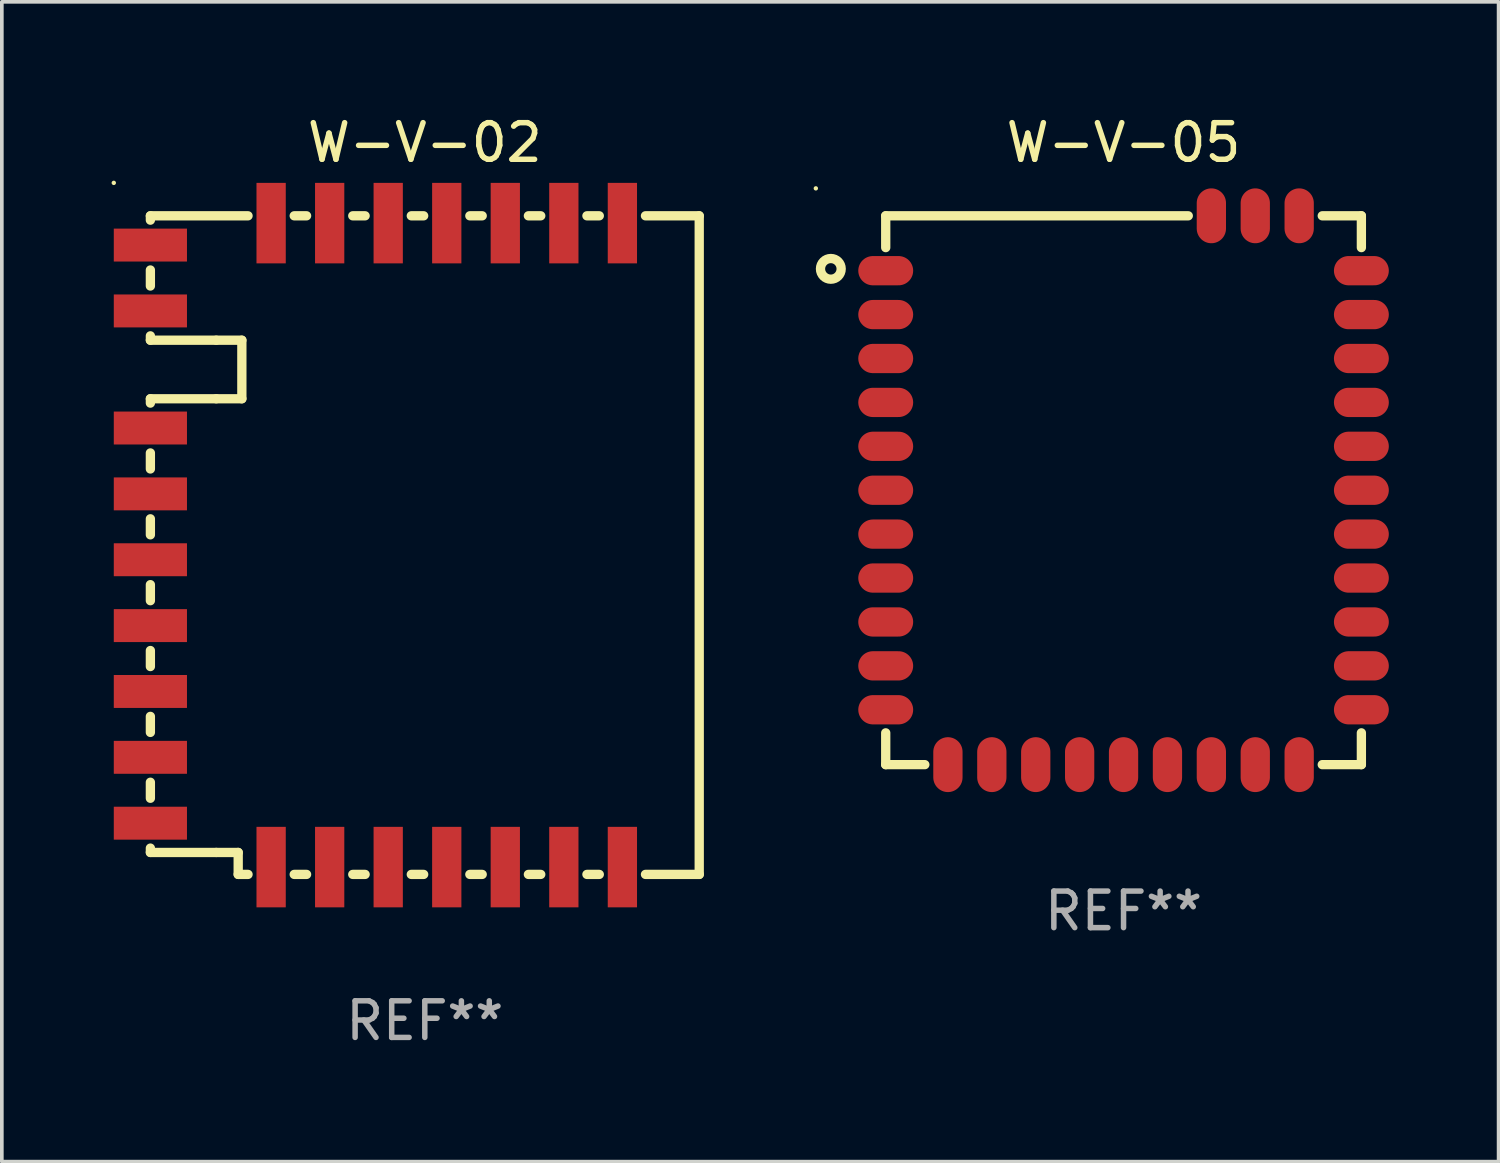
<source format=kicad_pcb>
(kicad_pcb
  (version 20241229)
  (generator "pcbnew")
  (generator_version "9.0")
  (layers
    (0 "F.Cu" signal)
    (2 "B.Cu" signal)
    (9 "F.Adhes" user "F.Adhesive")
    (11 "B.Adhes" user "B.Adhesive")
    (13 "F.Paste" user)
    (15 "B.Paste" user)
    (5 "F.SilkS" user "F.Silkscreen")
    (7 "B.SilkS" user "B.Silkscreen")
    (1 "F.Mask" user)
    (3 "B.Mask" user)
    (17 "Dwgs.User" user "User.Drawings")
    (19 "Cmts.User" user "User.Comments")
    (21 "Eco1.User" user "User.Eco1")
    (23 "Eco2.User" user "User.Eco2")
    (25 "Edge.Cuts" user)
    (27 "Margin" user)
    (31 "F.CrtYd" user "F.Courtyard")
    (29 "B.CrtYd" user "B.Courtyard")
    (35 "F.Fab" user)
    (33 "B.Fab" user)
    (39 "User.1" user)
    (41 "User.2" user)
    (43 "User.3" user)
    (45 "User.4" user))
  (footprint "W-V-05"
    (layer "F.Cu")
    (at 27.657 10.348)
    (property "Reference" "W-V-05" (at 0 -9.5 0) (layer "F.SilkS") (effects (font (size 1 1) (thickness 0.15))))
    (attr through_hole)
    (fp_line (start -6.5 -7.5) (end -6.5 -6.631) (stroke (width 0.254) (type solid)) (layer "F.SilkS"))
    (fp_line (start -6.5 -7.5) (end 1.769 -7.5) (stroke (width 0.254) (type solid)) (layer "F.SilkS"))
    (fp_line (start -6.5 6.631) (end -6.5 7.5) (stroke (width 0.254) (type solid)) (layer "F.SilkS"))
    (fp_line (start -6.5 7.5) (end -5.431 7.5) (stroke (width 0.254) (type solid)) (layer "F.SilkS"))
    (fp_line (start 5.431 -7.5) (end 6.5 -7.5) (stroke (width 0.254) (type solid)) (layer "F.SilkS"))
    (fp_line (start 5.431 7.5) (end 6.5 7.5) (stroke (width 0.254) (type solid)) (layer "F.SilkS"))
    (fp_line (start 6.5 -6.631) (end 6.5 -7.5) (stroke (width 0.254) (type solid)) (layer "F.SilkS"))
    (fp_line (start 6.5 7.5) (end 6.5 6.631) (stroke (width 0.254) (type solid)) (layer "F.SilkS"))
    (fp_circle (center -8.41 -8.25) (end -8.38 -8.25) (stroke (width 0.06) (type solid)) (fill no) (layer "F.SilkS"))
    (fp_circle (center -8 -6.05) (end -7.717 -6.05) (stroke (width 0.254) (type solid)) (fill no) (layer "F.SilkS"))
    (fp_text user "REF**" (at 0 11.5 0) (layer "F.Fab") (effects (font (size 1 1) (thickness 0.15))))
    (pad "1" smd oval (at -6.5 -6) (size 1.5 0.8) (layers "F.Cu" "F.Mask" "F.Paste"))
    (pad "2" smd oval (at -6.5 -4.8) (size 1.5 0.8) (layers "F.Cu" "F.Mask" "F.Paste"))
    (pad "3" smd oval (at -6.5 -3.6) (size 1.5 0.8) (layers "F.Cu" "F.Mask" "F.Paste"))
    (pad "4" smd oval (at -6.5 -2.4) (size 1.5 0.8) (layers "F.Cu" "F.Mask" "F.Paste"))
    (pad "5" smd oval (at -6.5 -1.2) (size 1.5 0.8) (layers "F.Cu" "F.Mask" "F.Paste"))
    (pad "6" smd oval (at -6.5 0.000076) (size 1.5 0.8) (layers "F.Cu" "F.Mask" "F.Paste"))
    (pad "7" smd oval (at -6.5 1.2) (size 1.5 0.8) (layers "F.Cu" "F.Mask" "F.Paste"))
    (pad "8" smd oval (at -6.5 2.4) (size 1.5 0.8) (layers "F.Cu" "F.Mask" "F.Paste"))
    (pad "9" smd oval (at -6.5 3.6) (size 1.5 0.8) (layers "F.Cu" "F.Mask" "F.Paste"))
    (pad "10" smd oval (at -6.5 4.8) (size 1.5 0.8) (layers "F.Cu" "F.Mask" "F.Paste"))
    (pad "11" smd oval (at -6.5 6) (size 1.5 0.8) (layers "F.Cu" "F.Mask" "F.Paste"))
    (pad "12" smd oval (at -4.8 7.5 90) (size 1.5 0.8) (layers "F.Cu" "F.Mask" "F.Paste"))
    (pad "13" smd oval (at -3.6 7.5 90) (size 1.5 0.8) (layers "F.Cu" "F.Mask" "F.Paste"))
    (pad "14" smd oval (at -2.4 7.5 90) (size 1.5 0.8) (layers "F.Cu" "F.Mask" "F.Paste"))
    (pad "15" smd oval (at -1.2 7.5 90) (size 1.5 0.8) (layers "F.Cu" "F.Mask" "F.Paste"))
    (pad "16" smd oval (at 0 7.5 90) (size 1.5 0.8) (layers "F.Cu" "F.Mask" "F.Paste"))
    (pad "17" smd oval (at 1.2 7.5 90) (size 1.5 0.8) (layers "F.Cu" "F.Mask" "F.Paste"))
    (pad "18" smd oval (at 2.4 7.5 90) (size 1.5 0.8) (layers "F.Cu" "F.Mask" "F.Paste"))
    (pad "19" smd oval (at 3.6 7.5 90) (size 1.5 0.8) (layers "F.Cu" "F.Mask" "F.Paste"))
    (pad "20" smd oval (at 4.8 7.5 90) (size 1.5 0.8) (layers "F.Cu" "F.Mask" "F.Paste"))
    (pad "21" smd oval (at 6.5 6 180) (size 1.5 0.8) (layers "F.Cu" "F.Mask" "F.Paste"))
    (pad "22" smd oval (at 6.5 4.8 180) (size 1.5 0.8) (layers "F.Cu" "F.Mask" "F.Paste"))
    (pad "23" smd oval (at 6.5 3.6 180) (size 1.5 0.8) (layers "F.Cu" "F.Mask" "F.Paste"))
    (pad "24" smd oval (at 6.5 2.4 180) (size 1.5 0.8) (layers "F.Cu" "F.Mask" "F.Paste"))
    (pad "25" smd oval (at 6.5 1.2 180) (size 1.5 0.8) (layers "F.Cu" "F.Mask" "F.Paste"))
    (pad "26" smd oval (at 6.5 0.000076 180) (size 1.5 0.8) (layers "F.Cu" "F.Mask" "F.Paste"))
    (pad "27" smd oval (at 6.5 -1.2 180) (size 1.5 0.8) (layers "F.Cu" "F.Mask" "F.Paste"))
    (pad "28" smd oval (at 6.5 -2.4 180) (size 1.5 0.8) (layers "F.Cu" "F.Mask" "F.Paste"))
    (pad "29" smd oval (at 6.5 -3.6 180) (size 1.5 0.8) (layers "F.Cu" "F.Mask" "F.Paste"))
    (pad "30" smd oval (at 6.5 -4.8 180) (size 1.5 0.8) (layers "F.Cu" "F.Mask" "F.Paste"))
    (pad "31" smd oval (at 6.5 -6 180) (size 1.5 0.8) (layers "F.Cu" "F.Mask" "F.Paste"))
    (pad "32" smd oval (at 4.8 -7.5 270) (size 1.5 0.8) (layers "F.Cu" "F.Mask" "F.Paste"))
    (pad "33" smd oval (at 3.6 -7.5 270) (size 1.5 0.8) (layers "F.Cu" "F.Mask" "F.Paste"))
    (pad "34" smd oval (at 2.4 -7.5 270) (size 1.5 0.8) (layers "F.Cu" "F.Mask" "F.Paste")))
  (footprint "W-V-02"
    (layer "F.Cu")
    (at 8.56 11.848)
    (property "Reference" "W-V-02" (at 0 -11 0) (layer "F.SilkS") (effects (font (size 1 1) (thickness 0.15))))
    (attr through_hole)
    (fp_line (start -7.5 -9) (end -7.5 -8.881) (stroke (width 0.254) (type solid)) (layer "F.SilkS"))
    (fp_line (start -7.5 -7.519) (end -7.5 -7.081) (stroke (width 0.254) (type solid)) (layer "F.SilkS"))
    (fp_line (start -7.5 -5.719) (end -7.5 -5.6) (stroke (width 0.254) (type solid)) (layer "F.SilkS"))
    (fp_line (start -7.5 -5.6) (end -5.7 -5.6) (stroke (width 0.254) (type solid)) (layer "F.SilkS"))
    (fp_line (start -7.5 -4) (end -7.5 -3.881) (stroke (width 0.254) (type solid)) (layer "F.SilkS"))
    (fp_line (start -7.5 -2.519) (end -7.5 -2.081) (stroke (width 0.254) (type solid)) (layer "F.SilkS"))
    (fp_line (start -7.5 -0.719) (end -7.5 -0.281) (stroke (width 0.254) (type solid)) (layer "F.SilkS"))
    (fp_line (start -7.5 1.081) (end -7.5 1.519) (stroke (width 0.254) (type solid)) (layer "F.SilkS"))
    (fp_line (start -7.5 2.881) (end -7.5 3.319) (stroke (width 0.254) (type solid)) (layer "F.SilkS"))
    (fp_line (start -7.5 4.681) (end -7.5 5.119) (stroke (width 0.254) (type solid)) (layer "F.SilkS"))
    (fp_line (start -7.5 6.481) (end -7.5 6.919) (stroke (width 0.254) (type solid)) (layer "F.SilkS"))
    (fp_line (start -7.5 8.281) (end -7.5 8.4) (stroke (width 0.254) (type solid)) (layer "F.SilkS"))
    (fp_line (start -7.5 8.4) (end -5.7 8.4) (stroke (width 0.254) (type solid)) (layer "F.SilkS"))
    (fp_line (start -5.7 -5.6) (end -5 -5.6) (stroke (width 0.254) (type solid)) (layer "F.SilkS"))
    (fp_line (start -5.7 -4) (end -7.5 -4) (stroke (width 0.254) (type solid)) (layer "F.SilkS"))
    (fp_line (start -5.7 -4) (end -5 -4) (stroke (width 0.254) (type solid)) (layer "F.SilkS"))
    (fp_line (start -5.7 8.4) (end -5.1 8.4) (stroke (width 0.254) (type solid)) (layer "F.SilkS"))
    (fp_line (start -5.1 8.4) (end -5.1 9) (stroke (width 0.254) (type solid)) (layer "F.SilkS"))
    (fp_line (start -5.1 9) (end -4.831 9) (stroke (width 0.254) (type solid)) (layer "F.SilkS"))
    (fp_line (start -5 -5.6) (end -5 -4) (stroke (width 0.254) (type solid)) (layer "F.SilkS"))
    (fp_line (start -4.831 -9) (end -7.5 -9) (stroke (width 0.254) (type solid)) (layer "F.SilkS"))
    (fp_line (start -3.569 9) (end -3.231 9) (stroke (width 0.254) (type solid)) (layer "F.SilkS"))
    (fp_line (start -3.231 -9) (end -3.569 -9) (stroke (width 0.254) (type solid)) (layer "F.SilkS"))
    (fp_line (start -1.969 9) (end -1.631 9) (stroke (width 0.254) (type solid)) (layer "F.SilkS"))
    (fp_line (start -1.631 -9) (end -1.969 -9) (stroke (width 0.254) (type solid)) (layer "F.SilkS"))
    (fp_line (start -0.369 9) (end -0.031 9) (stroke (width 0.254) (type solid)) (layer "F.SilkS"))
    (fp_line (start -0.031 -9) (end -0.369 -9) (stroke (width 0.254) (type solid)) (layer "F.SilkS"))
    (fp_line (start 1.231 9) (end 1.569 9) (stroke (width 0.254) (type solid)) (layer "F.SilkS"))
    (fp_line (start 1.569 -9) (end 1.231 -9) (stroke (width 0.254) (type solid)) (layer "F.SilkS"))
    (fp_line (start 2.831 9) (end 3.169 9) (stroke (width 0.254) (type solid)) (layer "F.SilkS"))
    (fp_line (start 3.169 -9) (end 2.831 -9) (stroke (width 0.254) (type solid)) (layer "F.SilkS"))
    (fp_line (start 4.431 9) (end 4.769 9) (stroke (width 0.254) (type solid)) (layer "F.SilkS"))
    (fp_line (start 4.769 -9) (end 4.431 -9) (stroke (width 0.254) (type solid)) (layer "F.SilkS"))
    (fp_line (start 6.031 9) (end 7.5 9) (stroke (width 0.254) (type solid)) (layer "F.SilkS"))
    (fp_line (start 7.5 -9) (end 6.031 -9) (stroke (width 0.254) (type solid)) (layer "F.SilkS"))
    (fp_line (start 7.5 -9) (end 7.5 9) (stroke (width 0.254) (type solid)) (layer "F.SilkS"))
    (fp_circle (center -8.5 -9.9) (end -8.47 -9.9) (stroke (width 0.06) (type solid)) (fill no) (layer "F.SilkS"))
    (fp_text user "REF**" (at 0 13 0) (layer "F.Fab") (effects (font (size 1 1) (thickness 0.15))))
    (pad "1" smd rect (at -7.5 -8.2 90) (size 0.9 2) (layers "F.Cu" "F.Mask" "F.Paste"))
    (pad "2" smd rect (at -7.5 -6.4 90) (size 0.9 2) (layers "F.Cu" "F.Mask" "F.Paste"))
    (pad "3" smd rect (at -7.5 -3.2 90) (size 0.9 2) (layers "F.Cu" "F.Mask" "F.Paste"))
    (pad "4" smd rect (at -7.5 -1.4 90) (size 0.9 2) (layers "F.Cu" "F.Mask" "F.Paste"))
    (pad "5" smd rect (at -7.5 0.4 90) (size 0.9 2) (layers "F.Cu" "F.Mask" "F.Paste"))
    (pad "6" smd rect (at -7.5 2.2 90) (size 0.9 2) (layers "F.Cu" "F.Mask" "F.Paste"))
    (pad "7" smd rect (at -7.5 4 90) (size 0.9 2) (layers "F.Cu" "F.Mask" "F.Paste"))
    (pad "8" smd rect (at -7.5 5.8 90) (size 0.9 2) (layers "F.Cu" "F.Mask" "F.Paste"))
    (pad "9" smd rect (at -7.5 7.6 90) (size 0.9 2) (layers "F.Cu" "F.Mask" "F.Paste"))
    (pad "10" smd rect (at -4.2 8.8 180) (size 0.8 2.2) (layers "F.Cu" "F.Mask" "F.Paste"))
    (pad "11" smd rect (at -2.6 8.8 180) (size 0.8 2.2) (layers "F.Cu" "F.Mask" "F.Paste"))
    (pad "12" smd rect (at -1 8.8 180) (size 0.8 2.2) (layers "F.Cu" "F.Mask" "F.Paste"))
    (pad "13" smd rect (at 0.6 8.8 180) (size 0.8 2.2) (layers "F.Cu" "F.Mask" "F.Paste"))
    (pad "14" smd rect (at 2.2 8.8 180) (size 0.8 2.2) (layers "F.Cu" "F.Mask" "F.Paste"))
    (pad "15" smd rect (at 3.8 8.8 180) (size 0.8 2.2) (layers "F.Cu" "F.Mask" "F.Paste"))
    (pad "16" smd rect (at 5.4 8.8 180) (size 0.8 2.2) (layers "F.Cu" "F.Mask" "F.Paste"))
    (pad "17" smd rect (at 5.4 -8.8 180) (size 0.8 2.2) (layers "F.Cu" "F.Mask" "F.Paste"))
    (pad "18" smd rect (at 3.8 -8.8 180) (size 0.8 2.2) (layers "F.Cu" "F.Mask" "F.Paste"))
    (pad "19" smd rect (at 2.2 -8.8 180) (size 0.8 2.2) (layers "F.Cu" "F.Mask" "F.Paste"))
    (pad "20" smd rect (at 0.6 -8.8 180) (size 0.8 2.2) (layers "F.Cu" "F.Mask" "F.Paste"))
    (pad "21" smd rect (at -1 -8.8 180) (size 0.8 2.2) (layers "F.Cu" "F.Mask" "F.Paste"))
    (pad "22" smd rect (at -2.6 -8.8 180) (size 0.8 2.2) (layers "F.Cu" "F.Mask" "F.Paste"))
    (pad "23" smd rect (at -4.2 -8.8 180) (size 0.8 2.2) (layers "F.Cu" "F.Mask" "F.Paste")))
  (gr_rect
    (start -3 -3)
    (end 37.907 28.697)
    (stroke (width 0.1) (type default))
    (fill no)
    (layer "Edge.Cuts")))
</source>
